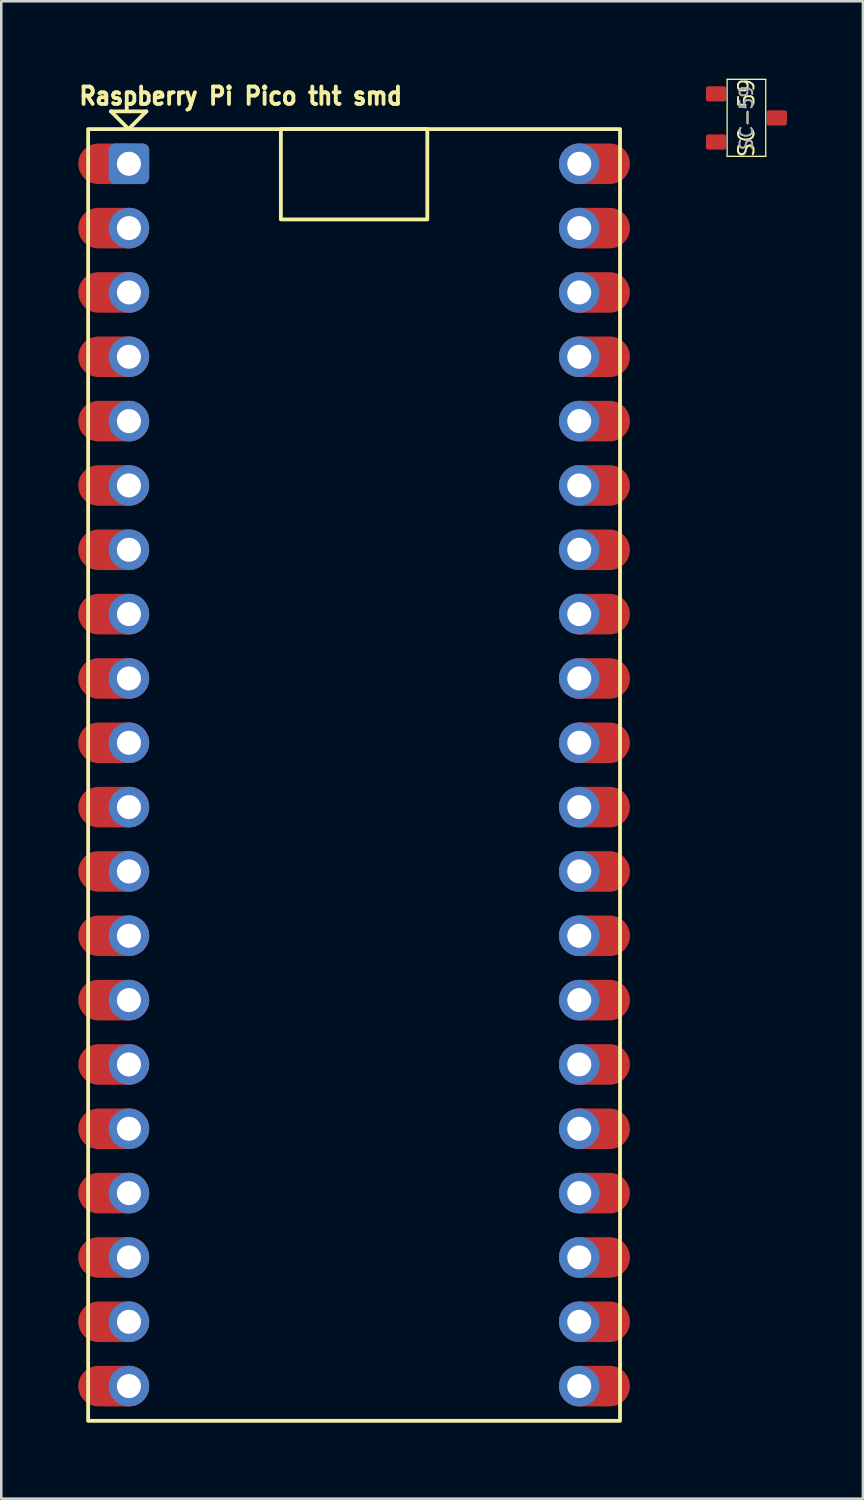
<source format=kicad_pcb>
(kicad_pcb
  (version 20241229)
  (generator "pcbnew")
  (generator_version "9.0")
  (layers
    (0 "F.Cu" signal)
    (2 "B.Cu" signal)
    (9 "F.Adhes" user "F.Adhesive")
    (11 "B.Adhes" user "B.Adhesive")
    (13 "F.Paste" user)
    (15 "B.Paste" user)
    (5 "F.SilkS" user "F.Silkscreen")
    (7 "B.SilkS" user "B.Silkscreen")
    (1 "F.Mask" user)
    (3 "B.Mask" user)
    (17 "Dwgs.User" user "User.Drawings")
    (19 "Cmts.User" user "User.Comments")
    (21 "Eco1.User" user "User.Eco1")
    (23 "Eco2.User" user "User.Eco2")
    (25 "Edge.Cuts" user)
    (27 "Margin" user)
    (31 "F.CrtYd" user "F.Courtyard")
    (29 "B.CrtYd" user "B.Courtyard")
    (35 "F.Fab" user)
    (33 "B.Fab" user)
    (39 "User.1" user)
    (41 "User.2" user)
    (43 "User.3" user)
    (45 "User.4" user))
  (footprint "Raspberry Pi Pico tht smd"
    (layer "F.Cu")
    (at 10.93 27.546)
    (property "Reference" "Raspberry Pi Pico tht smd" (at -10.93 -26.402 0) (unlocked yes) (layer "F.SilkS") (effects (font (size 0.686 0.628) (thickness 0.152)) (justify left bottom)))
    (fp_line (start -9.6 -26.2) (end -8.2 -26.2) (stroke (width 0.15) (type default)) (layer "F.SilkS"))
    (fp_line (start -8.9 -25.5) (end -9.6 -26.2) (stroke (width 0.15) (type default)) (layer "F.SilkS"))
    (fp_line (start -8.2 -26.2) (end -8.9 -25.5) (stroke (width 0.15) (type default)) (layer "F.SilkS"))
    (fp_rect (start -10.5 -25.5) (end 10.5 25.5) (stroke (width 0.15) (type default)) (fill no) (layer "F.SilkS"))
    (fp_rect (start -2.891 -25.5) (end 2.891 -21.933) (stroke (width 0.15) (type default)) (fill no) (layer "F.SilkS"))
    (pad "1" thru_hole roundrect (at -8.89 -24.13) (size 1.6 1.6) (drill 0.95) (layers "*.Cu" "*.Mask") (roundrect_rratio 0.156))
    (pad "1" smd oval (at -8.89 -24.13) (size 2.8 1.6) (drill (offset -0.6 0)) (layers "F.Cu" "F.Mask" "F.Paste"))
    (pad "2" thru_hole circle (at -8.89 -21.59) (size 1.6 1.6) (drill 0.95) (layers "*.Cu" "*.Mask"))
    (pad "2" smd oval (at -8.89 -21.59) (size 2.8 1.6) (drill (offset -0.6 0)) (layers "F.Cu" "F.Mask" "F.Paste"))
    (pad "3" thru_hole circle (at -8.89 -19.05) (size 1.6 1.6) (drill 0.95) (layers "*.Cu" "*.Mask"))
    (pad "3" smd oval (at -8.89 -19.05) (size 2.8 1.6) (drill (offset -0.6 0)) (layers "F.Cu" "F.Mask" "F.Paste"))
    (pad "4" thru_hole circle (at -8.89 -16.51) (size 1.6 1.6) (drill 0.95) (layers "*.Cu" "*.Mask"))
    (pad "4" smd oval (at -8.89 -16.51) (size 2.8 1.6) (drill (offset -0.6 0)) (layers "F.Cu" "F.Mask" "F.Paste"))
    (pad "5" thru_hole circle (at -8.89 -13.97) (size 1.6 1.6) (drill 0.95) (layers "*.Cu" "*.Mask"))
    (pad "5" smd oval (at -8.89 -13.97) (size 2.8 1.6) (drill (offset -0.6 0)) (layers "F.Cu" "F.Mask" "F.Paste"))
    (pad "6" thru_hole circle (at -8.89 -11.43) (size 1.6 1.6) (drill 0.95) (layers "*.Cu" "*.Mask"))
    (pad "6" smd oval (at -8.89 -11.43) (size 2.8 1.6) (drill (offset -0.6 0)) (layers "F.Cu" "F.Mask" "F.Paste"))
    (pad "7" thru_hole circle (at -8.89 -8.89) (size 1.6 1.6) (drill 0.95) (layers "*.Cu" "*.Mask"))
    (pad "7" smd oval (at -8.89 -8.89) (size 2.8 1.6) (drill (offset -0.6 0)) (layers "F.Cu" "F.Mask" "F.Paste"))
    (pad "8" thru_hole circle (at -8.89 -6.35) (size 1.6 1.6) (drill 0.95) (layers "*.Cu" "*.Mask"))
    (pad "8" smd oval (at -8.89 -6.35) (size 2.8 1.6) (drill (offset -0.6 0)) (layers "F.Cu" "F.Mask" "F.Paste"))
    (pad "9" thru_hole circle (at -8.89 -3.81) (size 1.6 1.6) (drill 0.95) (layers "*.Cu" "*.Mask"))
    (pad "9" smd oval (at -8.89 -3.81) (size 2.8 1.6) (drill (offset -0.6 0)) (layers "F.Cu" "F.Mask" "F.Paste"))
    (pad "10" thru_hole circle (at -8.89 -1.27) (size 1.6 1.6) (drill 0.95) (layers "*.Cu" "*.Mask"))
    (pad "10" smd oval (at -8.89 -1.27) (size 2.8 1.6) (drill (offset -0.6 0)) (layers "F.Cu" "F.Mask" "F.Paste"))
    (pad "11" thru_hole circle (at -8.89 1.27) (size 1.6 1.6) (drill 0.95) (layers "*.Cu" "*.Mask"))
    (pad "11" smd oval (at -8.89 1.27) (size 2.8 1.6) (drill (offset -0.6 0)) (layers "F.Cu" "F.Mask" "F.Paste"))
    (pad "12" thru_hole circle (at -8.89 3.81) (size 1.6 1.6) (drill 0.95) (layers "*.Cu" "*.Mask"))
    (pad "12" smd oval (at -8.89 3.81) (size 2.8 1.6) (drill (offset -0.6 0)) (layers "F.Cu" "F.Mask" "F.Paste"))
    (pad "13" thru_hole circle (at -8.89 6.35) (size 1.6 1.6) (drill 0.95) (layers "*.Cu" "*.Mask"))
    (pad "13" smd oval (at -8.89 6.35) (size 2.8 1.6) (drill (offset -0.6 0)) (layers "F.Cu" "F.Mask" "F.Paste"))
    (pad "14" thru_hole circle (at -8.89 8.89) (size 1.6 1.6) (drill 0.95) (layers "*.Cu" "*.Mask"))
    (pad "14" smd oval (at -8.89 8.89) (size 2.8 1.6) (drill (offset -0.6 0)) (layers "F.Cu" "F.Mask" "F.Paste"))
    (pad "15" thru_hole circle (at -8.89 11.43) (size 1.6 1.6) (drill 0.95) (layers "*.Cu" "*.Mask"))
    (pad "15" smd oval (at -8.89 11.43) (size 2.8 1.6) (drill (offset -0.6 0)) (layers "F.Cu" "F.Mask" "F.Paste"))
    (pad "16" thru_hole circle (at -8.89 13.97) (size 1.6 1.6) (drill 0.95) (layers "*.Cu" "*.Mask"))
    (pad "16" smd oval (at -8.89 13.97) (size 2.8 1.6) (drill (offset -0.6 0)) (layers "F.Cu" "F.Mask" "F.Paste"))
    (pad "17" thru_hole circle (at -8.89 16.51) (size 1.6 1.6) (drill 0.95) (layers "*.Cu" "*.Mask"))
    (pad "17" smd oval (at -8.89 16.51) (size 2.8 1.6) (drill (offset -0.6 0)) (layers "F.Cu" "F.Mask" "F.Paste"))
    (pad "18" thru_hole circle (at -8.89 19.05) (size 1.6 1.6) (drill 0.95) (layers "*.Cu" "*.Mask"))
    (pad "18" smd oval (at -8.89 19.05) (size 2.8 1.6) (drill (offset -0.6 0)) (layers "F.Cu" "F.Mask" "F.Paste"))
    (pad "19" thru_hole circle (at -8.89 21.59) (size 1.6 1.6) (drill 0.95) (layers "*.Cu" "*.Mask"))
    (pad "19" smd oval (at -8.89 21.59) (size 2.8 1.6) (drill (offset -0.6 0)) (layers "F.Cu" "F.Mask" "F.Paste"))
    (pad "20" thru_hole circle (at -8.89 24.13) (size 1.6 1.6) (drill 0.95) (layers "*.Cu" "*.Mask"))
    (pad "20" smd oval (at -8.89 24.13) (size 2.8 1.6) (drill (offset -0.6 0)) (layers "F.Cu" "F.Mask" "F.Paste"))
    (pad "21" smd oval (at 8.89 24.13 180) (size 2.8 1.6) (drill (offset -0.6 0)) (layers "F.Cu" "F.Mask" "F.Paste"))
    (pad "21" thru_hole circle (at 8.89 24.13) (size 1.6 1.6) (drill 0.95) (layers "*.Cu" "*.Mask"))
    (pad "22" thru_hole circle (at 8.89 21.59) (size 1.6 1.6) (drill 0.95) (layers "*.Cu" "*.Mask"))
    (pad "22" smd oval (at 8.89 21.59 180) (size 2.8 1.6) (drill (offset -0.6 0)) (layers "F.Cu" "F.Mask" "F.Paste"))
    (pad "23" smd oval (at 8.89 19.05 180) (size 2.8 1.6) (drill (offset -0.6 0)) (layers "F.Cu" "F.Mask" "F.Paste"))
    (pad "23" thru_hole circle (at 8.89 19.05) (size 1.6 1.6) (drill 0.95) (layers "*.Cu" "*.Mask"))
    (pad "24" smd oval (at 8.89 16.51 180) (size 2.8 1.6) (drill (offset -0.6 0)) (layers "F.Cu" "F.Mask" "F.Paste"))
    (pad "24" thru_hole circle (at 8.89 16.51) (size 1.6 1.6) (drill 0.95) (layers "*.Cu" "*.Mask"))
    (pad "25" smd oval (at 8.89 13.97 180) (size 2.8 1.6) (drill (offset -0.6 0)) (layers "F.Cu" "F.Mask" "F.Paste"))
    (pad "25" thru_hole circle (at 8.89 13.97) (size 1.6 1.6) (drill 0.95) (layers "*.Cu" "*.Mask"))
    (pad "26" thru_hole circle (at 8.89 11.43) (size 1.6 1.6) (drill 0.95) (layers "*.Cu" "*.Mask"))
    (pad "26" smd oval (at 8.89 11.43 180) (size 2.8 1.6) (drill (offset -0.6 0)) (layers "F.Cu" "F.Mask" "F.Paste"))
    (pad "27" smd oval (at 8.89 8.89 180) (size 2.8 1.6) (drill (offset -0.6 0)) (layers "F.Cu" "F.Mask" "F.Paste"))
    (pad "27" thru_hole circle (at 8.89 8.89) (size 1.6 1.6) (drill 0.95) (layers "*.Cu" "*.Mask"))
    (pad "28" smd oval (at 8.89 6.35 180) (size 2.8 1.6) (drill (offset -0.6 0)) (layers "F.Cu" "F.Mask" "F.Paste"))
    (pad "28" thru_hole circle (at 8.89 6.35) (size 1.6 1.6) (drill 0.95) (layers "*.Cu" "*.Mask"))
    (pad "29" smd oval (at 8.89 3.81 180) (size 2.8 1.6) (drill (offset -0.6 0)) (layers "F.Cu" "F.Mask" "F.Paste"))
    (pad "29" thru_hole circle (at 8.89 3.81) (size 1.6 1.6) (drill 0.95) (layers "*.Cu" "*.Mask"))
    (pad "30" smd oval (at 8.89 1.27 180) (size 2.8 1.6) (drill (offset -0.6 0)) (layers "F.Cu" "F.Mask" "F.Paste"))
    (pad "30" thru_hole circle (at 8.89 1.27) (size 1.6 1.6) (drill 0.95) (layers "*.Cu" "*.Mask"))
    (pad "31" thru_hole circle (at 8.89 -1.27) (size 1.6 1.6) (drill 0.95) (layers "*.Cu" "*.Mask"))
    (pad "31" smd oval (at 8.89 -1.27 180) (size 2.8 1.6) (drill (offset -0.6 0)) (layers "F.Cu" "F.Mask" "F.Paste"))
    (pad "32" smd oval (at 8.89 -3.81 180) (size 2.8 1.6) (drill (offset -0.6 0)) (layers "F.Cu" "F.Mask" "F.Paste"))
    (pad "32" thru_hole circle (at 8.89 -3.81) (size 1.6 1.6) (drill 0.95) (layers "*.Cu" "*.Mask"))
    (pad "33" smd oval (at 8.89 -6.35 180) (size 2.8 1.6) (drill (offset -0.6 0)) (layers "F.Cu" "F.Mask" "F.Paste"))
    (pad "33" thru_hole circle (at 8.89 -6.35) (size 1.6 1.6) (drill 0.95) (layers "*.Cu" "*.Mask"))
    (pad "34" smd oval (at 8.89 -8.89 180) (size 2.8 1.6) (drill (offset -0.6 0)) (layers "F.Cu" "F.Mask" "F.Paste"))
    (pad "34" thru_hole circle (at 8.89 -8.89) (size 1.6 1.6) (drill 0.95) (layers "*.Cu" "*.Mask"))
    (pad "35" thru_hole circle (at 8.89 -11.43) (size 1.6 1.6) (drill 0.95) (layers "*.Cu" "*.Mask"))
    (pad "35" smd oval (at 8.89 -11.43 180) (size 2.8 1.6) (drill (offset -0.6 0)) (layers "F.Cu" "F.Mask" "F.Paste"))
    (pad "36" smd oval (at 8.89 -13.97 180) (size 2.8 1.6) (drill (offset -0.6 0)) (layers "F.Cu" "F.Mask" "F.Paste"))
    (pad "36" thru_hole circle (at 8.89 -13.97) (size 1.6 1.6) (drill 0.95) (layers "*.Cu" "*.Mask"))
    (pad "37" smd oval (at 8.89 -16.51 180) (size 2.8 1.6) (drill (offset -0.6 0)) (layers "F.Cu" "F.Mask" "F.Paste"))
    (pad "37" thru_hole circle (at 8.89 -16.51) (size 1.6 1.6) (drill 0.95) (layers "*.Cu" "*.Mask"))
    (pad "38" smd oval (at 8.89 -19.05 180) (size 2.8 1.6) (drill (offset -0.6 0)) (layers "F.Cu" "F.Mask" "F.Paste"))
    (pad "38" thru_hole circle (at 8.89 -19.05) (size 1.6 1.6) (drill 0.95) (layers "*.Cu" "*.Mask"))
    (pad "39" smd oval (at 8.89 -21.59 180) (size 2.8 1.6) (drill (offset -0.6 0)) (layers "F.Cu" "F.Mask" "F.Paste"))
    (pad "39" thru_hole circle (at 8.89 -21.59) (size 1.6 1.6) (drill 0.95) (layers "*.Cu" "*.Mask"))
    (pad "40" thru_hole circle (at 8.89 -24.13) (size 1.6 1.6) (drill 0.95) (layers "*.Cu" "*.Mask"))
    (pad "40" smd oval (at 8.89 -24.13 180) (size 2.8 1.6) (drill (offset -0.6 0)) (layers "F.Cu" "F.Mask" "F.Paste")))
  (footprint "SC-59"
    (layer "F.Cu")
    (at 26.42 1.606)
    (property "Reference" "SC-59" (at 0 0 90) (unlocked yes) (layer "F.SilkS") (effects (font (size 0.61 0.61) (thickness 0.076))))
    (attr smd)
    (fp_line (start -0.762 -1.524) (end -0.762 1.516) (stroke (width 0.051) (type solid)) (layer "F.SilkS"))
    (fp_line (start -0.762 -1.524) (end 0.762 -1.524) (stroke (width 0.051) (type solid)) (layer "F.SilkS"))
    (fp_line (start -0.762 1.516) (end 0.762 1.516) (stroke (width 0.051) (type solid)) (layer "F.SilkS"))
    (fp_line (start 0.762 -1.524) (end 0.762 1.516) (stroke (width 0.051) (type solid)) (layer "F.SilkS"))
    (fp_text user "${REFERENCE}" (at 0 0 90) (layer "F.Fab") (effects (font (size 0.5 0.5) (thickness 0.075))))
    (pad "1" smd roundrect (at -1.2 -0.95) (size 0.8 0.6) (layers "F.Cu" "F.Mask" "F.Paste") (roundrect_rratio 0.15))
    (pad "2" smd roundrect (at -1.2 0.95) (size 0.8 0.6) (layers "F.Cu" "F.Mask" "F.Paste") (roundrect_rratio 0.15))
    (pad "3" smd roundrect (at 1.2 0) (size 0.8 0.6) (layers "F.Cu" "F.Mask" "F.Paste") (roundrect_rratio 0.15)))
  (gr_rect
    (start -3 -3)
    (end 31.02 56.12)
    (stroke (width 0.1) (type default))
    (fill no)
    (layer "Edge.Cuts")))
</source>
